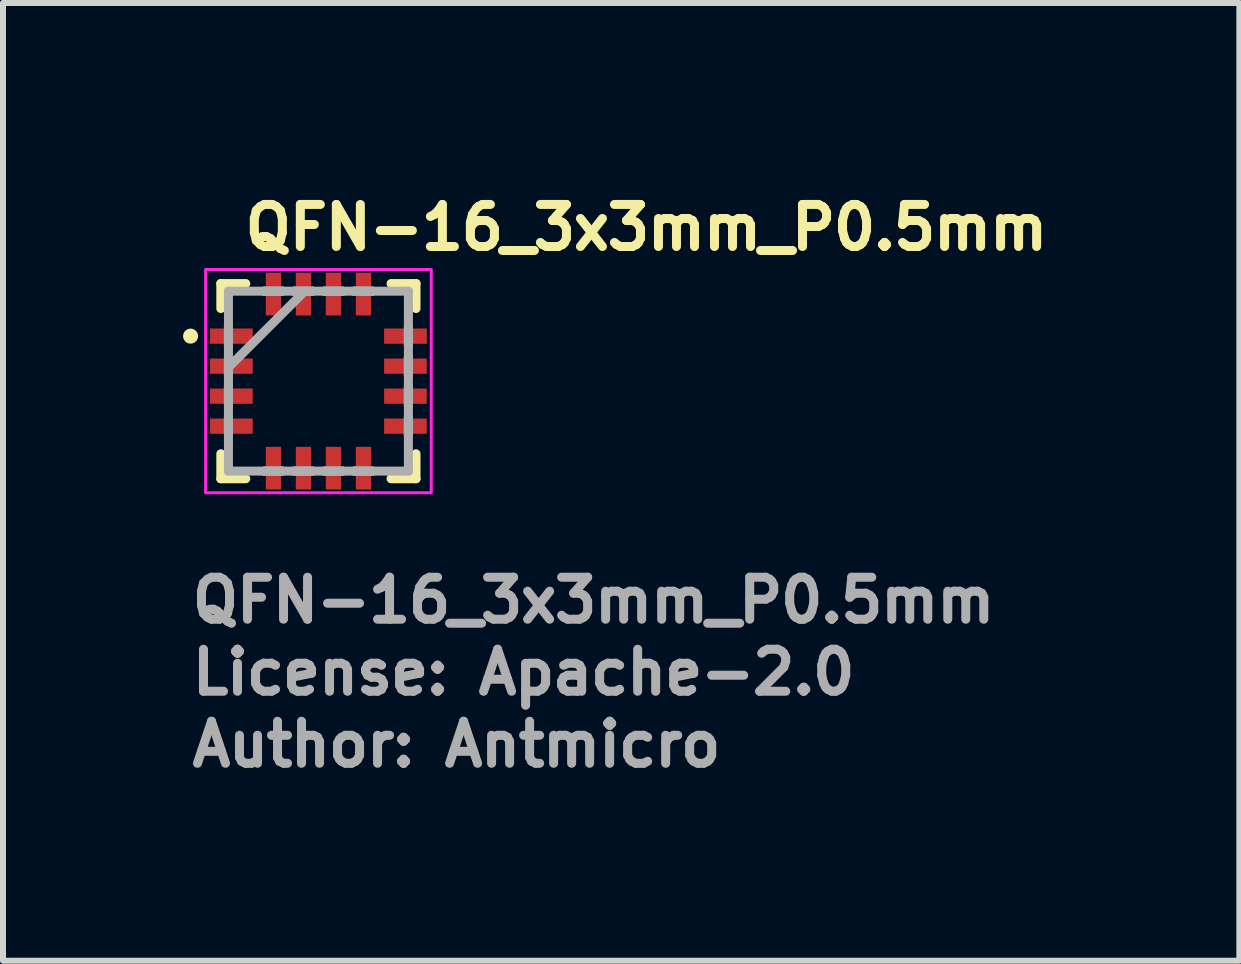
<source format=kicad_pcb>
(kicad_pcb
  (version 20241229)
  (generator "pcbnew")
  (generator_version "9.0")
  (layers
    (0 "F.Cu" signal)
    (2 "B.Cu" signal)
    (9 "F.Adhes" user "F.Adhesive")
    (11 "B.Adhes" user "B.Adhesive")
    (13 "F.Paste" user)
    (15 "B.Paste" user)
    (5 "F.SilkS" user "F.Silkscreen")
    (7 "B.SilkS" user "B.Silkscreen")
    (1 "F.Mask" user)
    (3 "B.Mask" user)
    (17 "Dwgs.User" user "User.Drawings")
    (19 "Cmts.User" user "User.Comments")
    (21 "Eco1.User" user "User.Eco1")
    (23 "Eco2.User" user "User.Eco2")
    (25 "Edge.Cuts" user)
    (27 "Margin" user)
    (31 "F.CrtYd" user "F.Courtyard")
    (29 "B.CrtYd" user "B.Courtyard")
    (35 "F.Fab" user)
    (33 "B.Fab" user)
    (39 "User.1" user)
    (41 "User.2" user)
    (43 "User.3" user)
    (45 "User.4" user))
  (footprint "QFN-16_3x3mm_P0.5mm"
    (layer "F.Cu")
    (at 2.255 3.3)
    (property "Reference" "QFN-16_3x3mm_P0.5mm" (at -1.3 -2.15 0) (unlocked yes) (layer "F.SilkS") (effects (font (size 0.7 0.7) (thickness 0.15)) (justify left bottom)))
    (attr smd)
    (fp_line (start -1.626 -1.626) (end -1.626 -1.21) (stroke (width 0.15) (type solid)) (layer "F.SilkS"))
    (fp_line (start -1.626 1.21) (end -1.626 1.626) (stroke (width 0.15) (type solid)) (layer "F.SilkS"))
    (fp_line (start -1.626 1.626) (end -1.21 1.626) (stroke (width 0.15) (type solid)) (layer "F.SilkS"))
    (fp_line (start -1.21 -1.626) (end -1.626 -1.626) (stroke (width 0.15) (type solid)) (layer "F.SilkS"))
    (fp_line (start 1.21 1.626) (end 1.626 1.626) (stroke (width 0.15) (type solid)) (layer "F.SilkS"))
    (fp_line (start 1.626 -1.626) (end 1.21 -1.626) (stroke (width 0.15) (type solid)) (layer "F.SilkS"))
    (fp_line (start 1.626 -1.21) (end 1.626 -1.626) (stroke (width 0.15) (type solid)) (layer "F.SilkS"))
    (fp_line (start 1.626 1.626) (end 1.626 1.21) (stroke (width 0.15) (type solid)) (layer "F.SilkS"))
    (fp_circle (center -2.13 -0.75) (end -2.08 -0.75) (stroke (width 0.15) (type solid)) (fill yes) (layer "F.SilkS"))
    (fp_rect (start -1.88 -1.86) (end 1.88 1.86) (stroke (width 0.05) (type solid)) (fill no) (layer "F.CrtYd"))
    (fp_line (start -1.499 -1.499) (end -1.499 1.499) (stroke (width 0.15) (type solid)) (layer "F.Fab"))
    (fp_line (start -1.499 -0.902) (end -1.499 -0.902) (stroke (width 0.15) (type solid)) (layer "F.Fab"))
    (fp_line (start -1.499 -0.902) (end -1.499 -0.598) (stroke (width 0.15) (type solid)) (layer "F.Fab"))
    (fp_line (start -1.499 -0.598) (end -1.499 -0.902) (stroke (width 0.15) (type solid)) (layer "F.Fab"))
    (fp_line (start -1.499 -0.598) (end -1.499 -0.598) (stroke (width 0.15) (type solid)) (layer "F.Fab"))
    (fp_line (start -1.499 -0.402) (end -1.499 -0.402) (stroke (width 0.15) (type solid)) (layer "F.Fab"))
    (fp_line (start -1.499 -0.402) (end -1.499 -0.098) (stroke (width 0.15) (type solid)) (layer "F.Fab"))
    (fp_line (start -1.499 -0.229) (end -0.229 -1.499) (stroke (width 0.15) (type solid)) (layer "F.Fab"))
    (fp_line (start -1.499 -0.098) (end -1.499 -0.402) (stroke (width 0.15) (type solid)) (layer "F.Fab"))
    (fp_line (start -1.499 -0.098) (end -1.499 -0.098) (stroke (width 0.15) (type solid)) (layer "F.Fab"))
    (fp_line (start -1.499 0.098) (end -1.499 0.098) (stroke (width 0.15) (type solid)) (layer "F.Fab"))
    (fp_line (start -1.499 0.098) (end -1.499 0.402) (stroke (width 0.15) (type solid)) (layer "F.Fab"))
    (fp_line (start -1.499 0.402) (end -1.499 0.098) (stroke (width 0.15) (type solid)) (layer "F.Fab"))
    (fp_line (start -1.499 0.402) (end -1.499 0.402) (stroke (width 0.15) (type solid)) (layer "F.Fab"))
    (fp_line (start -1.499 0.598) (end -1.499 0.598) (stroke (width 0.15) (type solid)) (layer "F.Fab"))
    (fp_line (start -1.499 0.598) (end -1.499 0.902) (stroke (width 0.15) (type solid)) (layer "F.Fab"))
    (fp_line (start -1.499 0.902) (end -1.499 0.598) (stroke (width 0.15) (type solid)) (layer "F.Fab"))
    (fp_line (start -1.499 0.902) (end -1.499 0.902) (stroke (width 0.15) (type solid)) (layer "F.Fab"))
    (fp_line (start -1.499 1.499) (end 1.499 1.499) (stroke (width 0.15) (type solid)) (layer "F.Fab"))
    (fp_line (start -0.902 -1.499) (end -0.902 -1.499) (stroke (width 0.15) (type solid)) (layer "F.Fab"))
    (fp_line (start -0.902 -1.499) (end -0.598 -1.499) (stroke (width 0.15) (type solid)) (layer "F.Fab"))
    (fp_line (start -0.902 1.499) (end -0.902 1.499) (stroke (width 0.15) (type solid)) (layer "F.Fab"))
    (fp_line (start -0.902 1.499) (end -0.598 1.499) (stroke (width 0.15) (type solid)) (layer "F.Fab"))
    (fp_line (start -0.598 -1.499) (end -0.902 -1.499) (stroke (width 0.15) (type solid)) (layer "F.Fab"))
    (fp_line (start -0.598 -1.499) (end -0.598 -1.499) (stroke (width 0.15) (type solid)) (layer "F.Fab"))
    (fp_line (start -0.598 1.499) (end -0.902 1.499) (stroke (width 0.15) (type solid)) (layer "F.Fab"))
    (fp_line (start -0.598 1.499) (end -0.598 1.499) (stroke (width 0.15) (type solid)) (layer "F.Fab"))
    (fp_line (start -0.402 -1.499) (end -0.402 -1.499) (stroke (width 0.15) (type solid)) (layer "F.Fab"))
    (fp_line (start -0.402 -1.499) (end -0.098 -1.499) (stroke (width 0.15) (type solid)) (layer "F.Fab"))
    (fp_line (start -0.402 1.499) (end -0.402 1.499) (stroke (width 0.15) (type solid)) (layer "F.Fab"))
    (fp_line (start -0.402 1.499) (end -0.098 1.499) (stroke (width 0.15) (type solid)) (layer "F.Fab"))
    (fp_line (start -0.098 -1.499) (end -0.402 -1.499) (stroke (width 0.15) (type solid)) (layer "F.Fab"))
    (fp_line (start -0.098 -1.499) (end -0.098 -1.499) (stroke (width 0.15) (type solid)) (layer "F.Fab"))
    (fp_line (start -0.098 1.499) (end -0.402 1.499) (stroke (width 0.15) (type solid)) (layer "F.Fab"))
    (fp_line (start -0.098 1.499) (end -0.098 1.499) (stroke (width 0.15) (type solid)) (layer "F.Fab"))
    (fp_line (start 0.098 -1.499) (end 0.098 -1.499) (stroke (width 0.15) (type solid)) (layer "F.Fab"))
    (fp_line (start 0.098 -1.499) (end 0.402 -1.499) (stroke (width 0.15) (type solid)) (layer "F.Fab"))
    (fp_line (start 0.098 1.499) (end 0.098 1.499) (stroke (width 0.15) (type solid)) (layer "F.Fab"))
    (fp_line (start 0.098 1.499) (end 0.402 1.499) (stroke (width 0.15) (type solid)) (layer "F.Fab"))
    (fp_line (start 0.402 -1.499) (end 0.098 -1.499) (stroke (width 0.15) (type solid)) (layer "F.Fab"))
    (fp_line (start 0.402 -1.499) (end 0.402 -1.499) (stroke (width 0.15) (type solid)) (layer "F.Fab"))
    (fp_line (start 0.402 1.499) (end 0.098 1.499) (stroke (width 0.15) (type solid)) (layer "F.Fab"))
    (fp_line (start 0.402 1.499) (end 0.402 1.499) (stroke (width 0.15) (type solid)) (layer "F.Fab"))
    (fp_line (start 0.598 -1.499) (end 0.598 -1.499) (stroke (width 0.15) (type solid)) (layer "F.Fab"))
    (fp_line (start 0.598 -1.499) (end 0.902 -1.499) (stroke (width 0.15) (type solid)) (layer "F.Fab"))
    (fp_line (start 0.598 1.499) (end 0.598 1.499) (stroke (width 0.15) (type solid)) (layer "F.Fab"))
    (fp_line (start 0.598 1.499) (end 0.902 1.499) (stroke (width 0.15) (type solid)) (layer "F.Fab"))
    (fp_line (start 0.902 -1.499) (end 0.598 -1.499) (stroke (width 0.15) (type solid)) (layer "F.Fab"))
    (fp_line (start 0.902 -1.499) (end 0.902 -1.499) (stroke (width 0.15) (type solid)) (layer "F.Fab"))
    (fp_line (start 0.902 1.499) (end 0.598 1.499) (stroke (width 0.15) (type solid)) (layer "F.Fab"))
    (fp_line (start 0.902 1.499) (end 0.902 1.499) (stroke (width 0.15) (type solid)) (layer "F.Fab"))
    (fp_line (start 1.499 -1.499) (end -1.499 -1.499) (stroke (width 0.15) (type solid)) (layer "F.Fab"))
    (fp_line (start 1.499 -0.902) (end 1.499 -0.902) (stroke (width 0.15) (type solid)) (layer "F.Fab"))
    (fp_line (start 1.499 -0.902) (end 1.499 -0.598) (stroke (width 0.15) (type solid)) (layer "F.Fab"))
    (fp_line (start 1.499 -0.598) (end 1.499 -0.902) (stroke (width 0.15) (type solid)) (layer "F.Fab"))
    (fp_line (start 1.499 -0.598) (end 1.499 -0.598) (stroke (width 0.15) (type solid)) (layer "F.Fab"))
    (fp_line (start 1.499 -0.402) (end 1.499 -0.402) (stroke (width 0.15) (type solid)) (layer "F.Fab"))
    (fp_line (start 1.499 -0.402) (end 1.499 -0.098) (stroke (width 0.15) (type solid)) (layer "F.Fab"))
    (fp_line (start 1.499 -0.098) (end 1.499 -0.402) (stroke (width 0.15) (type solid)) (layer "F.Fab"))
    (fp_line (start 1.499 -0.098) (end 1.499 -0.098) (stroke (width 0.15) (type solid)) (layer "F.Fab"))
    (fp_line (start 1.499 0.098) (end 1.499 0.098) (stroke (width 0.15) (type solid)) (layer "F.Fab"))
    (fp_line (start 1.499 0.098) (end 1.499 0.402) (stroke (width 0.15) (type solid)) (layer "F.Fab"))
    (fp_line (start 1.499 0.402) (end 1.499 0.098) (stroke (width 0.15) (type solid)) (layer "F.Fab"))
    (fp_line (start 1.499 0.402) (end 1.499 0.402) (stroke (width 0.15) (type solid)) (layer "F.Fab"))
    (fp_line (start 1.499 0.598) (end 1.499 0.598) (stroke (width 0.15) (type solid)) (layer "F.Fab"))
    (fp_line (start 1.499 0.598) (end 1.499 0.902) (stroke (width 0.15) (type solid)) (layer "F.Fab"))
    (fp_line (start 1.499 0.902) (end 1.499 0.598) (stroke (width 0.15) (type solid)) (layer "F.Fab"))
    (fp_line (start 1.499 0.902) (end 1.499 0.902) (stroke (width 0.15) (type solid)) (layer "F.Fab"))
    (fp_line (start 1.499 1.499) (end 1.499 -1.499) (stroke (width 0.15) (type solid)) (layer "F.Fab"))
    (fp_rect (start -1.499 -1.499) (end 1.499 1.499) (stroke (width 0.1) (type solid)) (fill no) (layer "User.5"))
    (fp_line (start -1.499 -1.499) (end -1.499 1.499) (stroke (width 0.1) (type solid)) (layer "User.9"))
    (fp_line (start -1.499 1.499) (end 1.499 1.499) (stroke (width 0.1) (type solid)) (layer "User.9"))
    (fp_line (start -1.274 -0.75) (end -1.27 -0.727) (stroke (width 0.1) (type solid)) (layer "User.9"))
    (fp_line (start -1.27 -0.773) (end -1.274 -0.75) (stroke (width 0.1) (type solid)) (layer "User.9"))
    (fp_line (start -1.27 -0.727) (end -1.26 -0.706) (stroke (width 0.1) (type solid)) (layer "User.9"))
    (fp_line (start -1.26 -0.794) (end -1.27 -0.773) (stroke (width 0.1) (type solid)) (layer "User.9"))
    (fp_line (start -1.26 -0.706) (end -1.243 -0.689) (stroke (width 0.1) (type solid)) (layer "User.9"))
    (fp_line (start -1.243 -0.811) (end -1.26 -0.794) (stroke (width 0.1) (type solid)) (layer "User.9"))
    (fp_line (start -1.243 -0.689) (end -1.222 -0.679) (stroke (width 0.1) (type solid)) (layer "User.9"))
    (fp_line (start -1.222 -0.821) (end -1.243 -0.811) (stroke (width 0.1) (type solid)) (layer "User.9"))
    (fp_line (start -1.222 -0.679) (end -1.199 -0.675) (stroke (width 0.1) (type solid)) (layer "User.9"))
    (fp_line (start -1.199 -0.825) (end -1.222 -0.821) (stroke (width 0.1) (type solid)) (layer "User.9"))
    (fp_line (start -1.199 -0.675) (end -1.176 -0.679) (stroke (width 0.1) (type solid)) (layer "User.9"))
    (fp_line (start -1.176 -0.821) (end -1.199 -0.825) (stroke (width 0.1) (type solid)) (layer "User.9"))
    (fp_line (start -1.176 -0.679) (end -1.155 -0.689) (stroke (width 0.1) (type solid)) (layer "User.9"))
    (fp_line (start -1.155 -0.811) (end -1.176 -0.821) (stroke (width 0.1) (type solid)) (layer "User.9"))
    (fp_line (start -1.155 -0.689) (end -1.138 -0.706) (stroke (width 0.1) (type solid)) (layer "User.9"))
    (fp_line (start -1.138 -0.794) (end -1.155 -0.811) (stroke (width 0.1) (type solid)) (layer "User.9"))
    (fp_line (start -1.138 -0.706) (end -1.128 -0.727) (stroke (width 0.1) (type solid)) (layer "User.9"))
    (fp_line (start -1.128 -0.773) (end -1.138 -0.794) (stroke (width 0.1) (type solid)) (layer "User.9"))
    (fp_line (start -1.128 -0.727) (end -1.124 -0.75) (stroke (width 0.1) (type solid)) (layer "User.9"))
    (fp_line (start -1.124 -0.75) (end -1.128 -0.773) (stroke (width 0.1) (type solid)) (layer "User.9"))
    (fp_line (start 1.499 -1.499) (end -1.499 -1.499) (stroke (width 0.1) (type solid)) (layer "User.9"))
    (fp_line (start 1.499 1.499) (end 1.499 -1.499) (stroke (width 0.1) (type solid)) (layer "User.9"))
    (fp_text user "License: Apache-2.0" (at -2.18 5.26 0) (unlocked yes) (layer "F.Fab") (effects (font (size 0.7 0.7) (thickness 0.15)) (justify left bottom)))
    (fp_text user "Author: Antmicro" (at -2.18 6.46 0) (layer "F.Fab") (effects (font (size 0.7 0.7) (thickness 0.15)) (justify left bottom)))
    (fp_text user "${REFERENCE}" (at -2.18 4.06 0) (unlocked yes) (layer "F.Fab") (effects (font (size 0.7 0.7) (thickness 0.15)) (justify left bottom)))
    (pad "1" smd rect (at -1.45 -0.75 90) (size 0.254 0.711) (layers "F.Cu" "F.Mask" "F.Paste"))
    (pad "2" smd rect (at -1.45 -0.25 90) (size 0.254 0.711) (layers "F.Cu" "F.Mask" "F.Paste"))
    (pad "3" smd rect (at -1.45 0.25 90) (size 0.254 0.711) (layers "F.Cu" "F.Mask" "F.Paste"))
    (pad "4" smd rect (at -1.45 0.75 90) (size 0.254 0.711) (layers "F.Cu" "F.Mask" "F.Paste"))
    (pad "5" smd rect (at -0.75 1.45) (size 0.254 0.711) (layers "F.Cu" "F.Mask" "F.Paste"))
    (pad "6" smd rect (at -0.25 1.45) (size 0.254 0.711) (layers "F.Cu" "F.Mask" "F.Paste"))
    (pad "7" smd rect (at 0.25 1.45) (size 0.254 0.711) (layers "F.Cu" "F.Mask" "F.Paste"))
    (pad "8" smd rect (at 0.75 1.45) (size 0.254 0.711) (layers "F.Cu" "F.Mask" "F.Paste"))
    (pad "9" smd rect (at 1.45 0.75 90) (size 0.254 0.711) (layers "F.Cu" "F.Mask" "F.Paste"))
    (pad "10" smd rect (at 1.45 0.25 90) (size 0.254 0.711) (layers "F.Cu" "F.Mask" "F.Paste"))
    (pad "11" smd rect (at 1.45 -0.25 90) (size 0.254 0.711) (layers "F.Cu" "F.Mask" "F.Paste"))
    (pad "12" smd rect (at 1.45 -0.75 90) (size 0.254 0.711) (layers "F.Cu" "F.Mask" "F.Paste"))
    (pad "13" smd rect (at 0.75 -1.45) (size 0.254 0.711) (layers "F.Cu" "F.Mask" "F.Paste"))
    (pad "14" smd rect (at 0.25 -1.45) (size 0.254 0.711) (layers "F.Cu" "F.Mask" "F.Paste"))
    (pad "15" smd rect (at -0.25 -1.45) (size 0.254 0.711) (layers "F.Cu" "F.Mask" "F.Paste"))
    (pad "16" smd rect (at -0.75 -1.45) (size 0.254 0.711) (layers "F.Cu" "F.Mask" "F.Paste")))
  (gr_rect
    (start -3 -3)
    (end 17.598 12.956)
    (stroke (width 0.1) (type default))
    (fill no)
    (layer "Edge.Cuts")))
</source>
